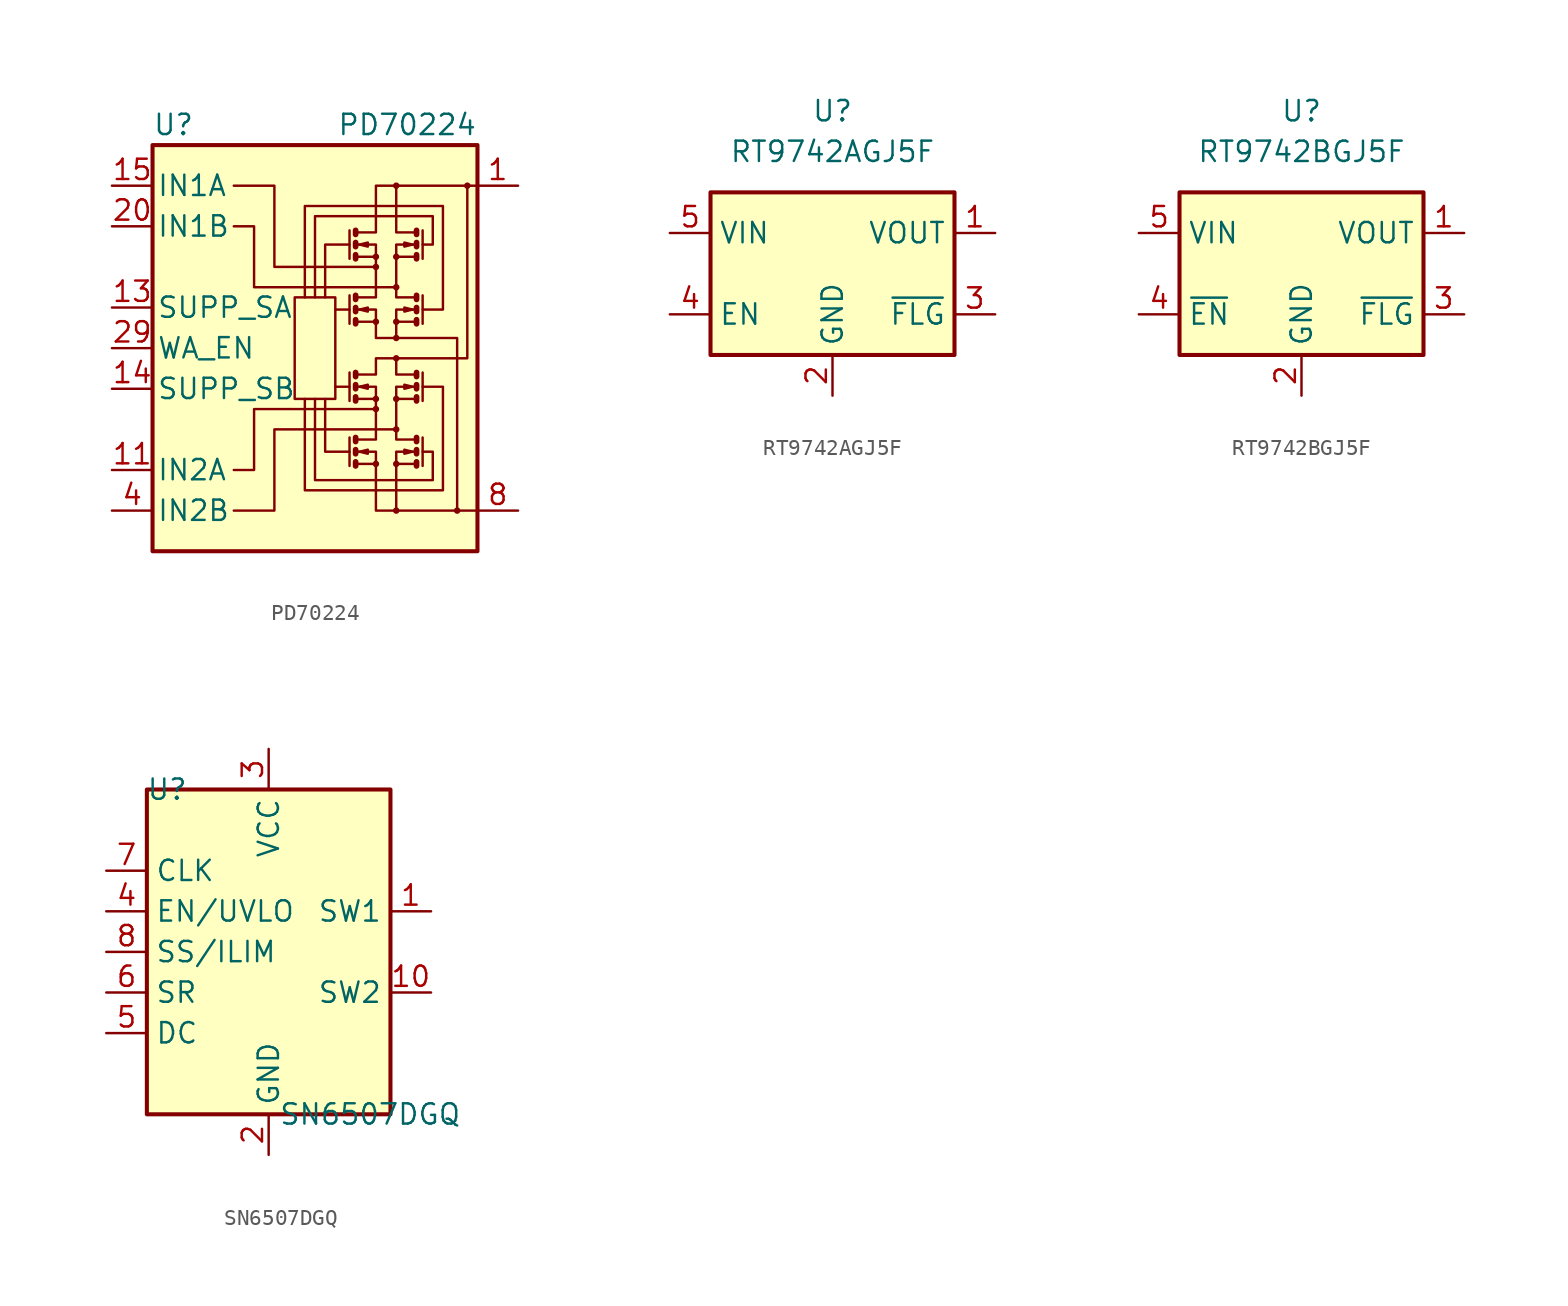
<source format=kicad_sym>
(kicad_symbol_lib
  (version 20231120)
  (generator "kicad_symbol_editor")
  (generator_version "8.0")
  (symbol "PD70224"
    (pin_names
      (offset 0.254))
    (property "Reference" "U"
      (at -10.16 13.97 0)
      (effects (font (size 1.27 1.27)) (justify left)))
    (property "Value" "PD70224"
      (at 10.16 13.97 0)
      (effects (font (size 1.27 1.27)) (justify right)))
    (symbol "PD70224_0_1"
      (rectangle (start -10.16 12.7) (end 10.16 -12.7) (stroke (width 0.254) (type default)) (fill (type background)))
      (rectangle (start -1.27 3.175) (end 1.27 -3.175) (stroke (width 0) (type default)) (fill (type none)))
      (polyline (pts (xy 2.159 -5.588) (xy 2.159 -7.366)) (stroke (width 0) (type default)) (fill (type none)))
      (polyline (pts (xy 2.159 -2.413) (xy 1.27 -2.413)) (stroke (width 0) (type default)) (fill (type none)))
      (polyline (pts (xy 2.159 -1.524) (xy 2.159 -3.302)) (stroke (width 0) (type default)) (fill (type none)))
      (polyline (pts (xy 2.159 2.413) (xy 1.27 2.413)) (stroke (width 0) (type default)) (fill (type none)))
      (polyline (pts (xy 2.159 3.302) (xy 2.159 1.524)) (stroke (width 0) (type default)) (fill (type none)))
      (polyline (pts (xy 2.159 7.366) (xy 2.159 5.588)) (stroke (width 0) (type default)) (fill (type none)))
      (polyline (pts (xy 2.54 -7.239) (xy 3.81 -7.239)) (stroke (width 0) (type default)) (fill (type none)))
      (polyline (pts (xy 2.54 -3.175) (xy 3.81 -3.175)) (stroke (width 0) (type default)) (fill (type none)))
      (polyline (pts (xy 2.54 1.651) (xy 3.81 1.651)) (stroke (width 0) (type default)) (fill (type none)))
      (polyline (pts (xy 2.54 5.715) (xy 3.81 5.715)) (stroke (width 0) (type default)) (fill (type none)))
      (polyline (pts (xy 6.35 -7.239) (xy 5.08 -7.239)) (stroke (width 0) (type default)) (fill (type none)))
      (polyline (pts (xy 6.35 -3.175) (xy 5.08 -3.175)) (stroke (width 0) (type default)) (fill (type none)))
      (polyline (pts (xy 6.35 1.651) (xy 5.08 1.651)) (stroke (width 0) (type default)) (fill (type none)))
      (polyline (pts (xy 6.35 5.715) (xy 5.08 5.715)) (stroke (width 0) (type default)) (fill (type none)))
      (polyline (pts (xy 6.731 -5.588) (xy 6.731 -7.366)) (stroke (width 0) (type default)) (fill (type none)))
      (polyline (pts (xy 6.731 -1.524) (xy 6.731 -3.302)) (stroke (width 0) (type default)) (fill (type none)))
      (polyline (pts (xy 6.731 3.302) (xy 6.731 1.524)) (stroke (width 0) (type default)) (fill (type none)))
      (polyline (pts (xy 6.731 7.366) (xy 6.731 5.588)) (stroke (width 0) (type default)) (fill (type none)))
      (polyline (pts (xy 2.159 -6.477) (xy 0.635 -6.477) (xy 0.635 -3.175)) (stroke (width 0) (type default)) (fill (type none)))
      (polyline (pts (xy 2.159 6.477) (xy 0.635 6.477) (xy 0.635 3.175)) (stroke (width 0) (type default)) (fill (type none)))
      (polyline (pts (xy 2.54 -7.112) (xy 2.54 -7.366) (xy 2.54 -7.366)) (stroke (width 0.356) (type default)) (fill (type none)))
      (polyline (pts (xy 2.54 -6.35) (xy 2.54 -6.604) (xy 2.54 -6.604)) (stroke (width 0.356) (type default)) (fill (type none)))
      (polyline (pts (xy 2.54 -3.048) (xy 2.54 -3.302) (xy 2.54 -3.302)) (stroke (width 0.356) (type default)) (fill (type none)))
      (polyline (pts (xy 2.54 -2.286) (xy 2.54 -2.54) (xy 2.54 -2.54)) (stroke (width 0.356) (type default)) (fill (type none)))
      (polyline (pts (xy 2.54 -1.524) (xy 2.54 -1.778) (xy 2.54 -1.778)) (stroke (width 0.356) (type default)) (fill (type none)))
      (polyline (pts (xy 2.54 1.778) (xy 2.54 1.524) (xy 2.54 1.524)) (stroke (width 0.356) (type default)) (fill (type none)))
      (polyline (pts (xy 2.54 2.54) (xy 2.54 2.286) (xy 2.54 2.286)) (stroke (width 0.356) (type default)) (fill (type none)))
      (polyline (pts (xy 2.54 5.842) (xy 2.54 5.588) (xy 2.54 5.588)) (stroke (width 0.356) (type default)) (fill (type none)))
      (polyline (pts (xy 2.54 6.604) (xy 2.54 6.35) (xy 2.54 6.35)) (stroke (width 0.356) (type default)) (fill (type none)))
      (polyline (pts (xy 2.54 7.366) (xy 2.54 7.112) (xy 2.54 7.112)) (stroke (width 0.356) (type default)) (fill (type none)))
      (polyline (pts (xy 5.08 -10.16) (xy 5.08 -6.477) (xy 6.35 -6.477)) (stroke (width 0) (type default)) (fill (type none)))
      (polyline (pts (xy 6.35 -7.112) (xy 6.35 -7.366) (xy 6.35 -7.366)) (stroke (width 0.356) (type default)) (fill (type none)))
      (polyline (pts (xy 6.35 -6.35) (xy 6.35 -6.604) (xy 6.35 -6.604)) (stroke (width 0.356) (type default)) (fill (type none)))
      (polyline (pts (xy 6.35 -3.048) (xy 6.35 -3.302) (xy 6.35 -3.302)) (stroke (width 0.356) (type default)) (fill (type none)))
      (polyline (pts (xy 6.35 -2.286) (xy 6.35 -2.54) (xy 6.35 -2.54)) (stroke (width 0.356) (type default)) (fill (type none)))
      (polyline (pts (xy 6.35 -1.651) (xy 5.08 -1.651) (xy 5.08 -0.635)) (stroke (width 0) (type default)) (fill (type none)))
      (polyline (pts (xy 6.35 -1.524) (xy 6.35 -1.778) (xy 6.35 -1.778)) (stroke (width 0.356) (type default)) (fill (type none)))
      (polyline (pts (xy 6.35 1.778) (xy 6.35 1.524) (xy 6.35 1.524)) (stroke (width 0.356) (type default)) (fill (type none)))
      (polyline (pts (xy 6.35 2.413) (xy 5.08 2.413) (xy 5.08 0.635)) (stroke (width 0) (type default)) (fill (type none)))
      (polyline (pts (xy 6.35 2.54) (xy 6.35 2.286) (xy 6.35 2.286)) (stroke (width 0.356) (type default)) (fill (type none)))
      (polyline (pts (xy 6.35 5.842) (xy 6.35 5.588) (xy 6.35 5.588)) (stroke (width 0.356) (type default)) (fill (type none)))
      (polyline (pts (xy 6.35 6.604) (xy 6.35 6.35) (xy 6.35 6.35)) (stroke (width 0.356) (type default)) (fill (type none)))
      (polyline (pts (xy 6.35 7.239) (xy 5.08 7.239) (xy 5.08 10.16)) (stroke (width 0) (type default)) (fill (type none)))
      (polyline (pts (xy 6.35 7.366) (xy 6.35 7.112) (xy 6.35 7.112)) (stroke (width 0.356) (type default)) (fill (type none)))
      (polyline (pts (xy -5.08 -10.16) (xy -2.54 -10.16) (xy -2.54 -5.08) (xy 5.08 -5.08)) (stroke (width 0) (type default)) (fill (type none)))
      (polyline (pts (xy 2.54 -6.477) (xy 3.81 -6.477) (xy 3.81 -10.16) (xy 10.16 -10.16)) (stroke (width 0) (type default)) (fill (type none)))
      (polyline (pts (xy 2.54 -2.413) (xy 3.81 -2.413) (xy 3.81 -5.715) (xy 2.54 -5.715)) (stroke (width 0) (type default)) (fill (type none)))
      (polyline (pts (xy 2.54 6.477) (xy 3.81 6.477) (xy 3.81 3.175) (xy 2.54 3.175)) (stroke (width 0) (type default)) (fill (type none)))
      (polyline (pts (xy 2.54 7.239) (xy 3.81 7.239) (xy 3.81 10.16) (xy 10.16 10.16)) (stroke (width 0) (type default)) (fill (type none)))
      (polyline (pts (xy 2.794 -6.477) (xy 3.302 -6.35) (xy 3.302 -6.604) (xy 2.794 -6.477)) (stroke (width 0) (type default)) (fill (type none)))
      (polyline (pts (xy 2.794 -2.413) (xy 3.302 -2.286) (xy 3.302 -2.54) (xy 2.794 -2.413)) (stroke (width 0) (type default)) (fill (type none)))
      (polyline (pts (xy 2.794 2.413) (xy 3.302 2.54) (xy 3.302 2.286) (xy 2.794 2.413)) (stroke (width 0) (type default)) (fill (type none)))
      (polyline (pts (xy 2.794 6.477) (xy 3.302 6.604) (xy 3.302 6.35) (xy 2.794 6.477)) (stroke (width 0) (type default)) (fill (type none)))
      (polyline (pts (xy 3.81 -3.81) (xy -3.81 -3.81) (xy -3.81 -7.62) (xy -5.08 -7.62)) (stroke (width 0) (type default)) (fill (type none)))
      (polyline (pts (xy 3.81 5.08) (xy -2.54 5.08) (xy -2.54 10.16) (xy -5.08 10.16)) (stroke (width 0) (type default)) (fill (type none)))
      (polyline (pts (xy 5.08 3.81) (xy -3.81 3.81) (xy -3.81 7.62) (xy -5.08 7.62)) (stroke (width 0) (type default)) (fill (type none)))
      (polyline (pts (xy 6.096 -6.477) (xy 5.588 -6.35) (xy 5.588 -6.604) (xy 6.096 -6.477)) (stroke (width 0) (type default)) (fill (type none)))
      (polyline (pts (xy 6.096 -2.413) (xy 5.588 -2.286) (xy 5.588 -2.54) (xy 6.096 -2.413)) (stroke (width 0) (type default)) (fill (type none)))
      (polyline (pts (xy 6.096 2.413) (xy 5.588 2.54) (xy 5.588 2.286) (xy 6.096 2.413)) (stroke (width 0) (type default)) (fill (type none)))
      (polyline (pts (xy 6.096 6.477) (xy 5.588 6.604) (xy 5.588 6.35) (xy 6.096 6.477)) (stroke (width 0) (type default)) (fill (type none)))
      (polyline (pts (xy 6.35 -2.413) (xy 5.08 -2.413) (xy 5.08 -5.715) (xy 6.35 -5.715)) (stroke (width 0) (type default)) (fill (type none)))
      (polyline (pts (xy 6.35 6.477) (xy 5.08 6.477) (xy 5.08 3.175) (xy 6.35 3.175)) (stroke (width 0) (type default)) (fill (type none)))
      (polyline (pts (xy -0.635 3.175) (xy -0.635 8.89) (xy 8.001 8.89) (xy 8.001 2.413) (xy 6.731 2.413)) (stroke (width 0) (type default)) (fill (type none)))
      (polyline (pts (xy 0 -3.175) (xy 0 -8.255) (xy 7.366 -8.255) (xy 7.366 -6.477) (xy 6.731 -6.477)) (stroke (width 0) (type default)) (fill (type none)))
      (polyline (pts (xy 2.54 -1.651) (xy 3.81 -1.651) (xy 3.81 -0.635) (xy 9.525 -0.635) (xy 9.525 10.16)) (stroke (width 0) (type default)) (fill (type none)))
      (polyline (pts (xy 2.54 2.413) (xy 3.81 2.413) (xy 3.81 0.635) (xy 8.89 0.635) (xy 8.89 -10.16)) (stroke (width 0) (type default)) (fill (type none)))
      (polyline (pts (xy 6.731 -2.413) (xy 8.001 -2.413) (xy 8.001 -8.89) (xy -0.635 -8.89) (xy -0.635 -3.175)) (stroke (width 0) (type default)) (fill (type none)))
      (polyline (pts (xy 6.731 6.477) (xy 7.366 6.477) (xy 7.366 8.255) (xy 0 8.255) (xy 0 3.175)) (stroke (width 0) (type default)) (fill (type none)))
      (circle (center 3.81 -7.239) (radius 0.127) (stroke (width 0) (type default)) (fill (type none)))
      (circle (center 3.81 -3.81) (radius 0.127) (stroke (width 0) (type default)) (fill (type none)))
      (circle (center 3.81 -3.175) (radius 0.127) (stroke (width 0) (type default)) (fill (type none)))
      (circle (center 3.81 1.651) (radius 0.127) (stroke (width 0) (type default)) (fill (type none)))
      (circle (center 3.81 5.08) (radius 0.127) (stroke (width 0) (type default)) (fill (type none)))
      (circle (center 3.81 5.715) (radius 0.127) (stroke (width 0) (type default)) (fill (type none)))
      (circle (center 5.08 -10.16) (radius 0.127) (stroke (width 0) (type default)) (fill (type none)))
      (circle (center 5.08 -7.239) (radius 0.127) (stroke (width 0) (type default)) (fill (type none)))
      (circle (center 5.08 -5.08) (radius 0.127) (stroke (width 0) (type default)) (fill (type none)))
      (circle (center 5.08 -3.175) (radius 0.127) (stroke (width 0) (type default)) (fill (type none)))
      (circle (center 5.08 -0.635) (radius 0.127) (stroke (width 0) (type default)) (fill (type none)))
      (circle (center 5.08 0.635) (radius 0.127) (stroke (width 0) (type default)) (fill (type none)))
      (circle (center 5.08 1.651) (radius 0.127) (stroke (width 0) (type default)) (fill (type none)))
      (circle (center 5.08 3.81) (radius 0.127) (stroke (width 0) (type default)) (fill (type none)))
      (circle (center 5.08 5.715) (radius 0.127) (stroke (width 0) (type default)) (fill (type none)))
      (circle (center 5.08 10.16) (radius 0.127) (stroke (width 0) (type default)) (fill (type none)))
      (circle (center 8.89 -10.16) (radius 0.127) (stroke (width 0) (type default)) (fill (type none)))
      (circle (center 9.525 10.16) (radius 0.127) (stroke (width 0) (type default)) (fill (type none))))
    (symbol "PD70224_1_1"
      (polyline (pts (xy 2.54 -5.588) (xy 2.54 -5.842)) (stroke (width 0.356) (type default)) (fill (type none)))
      (polyline (pts (xy 2.54 3.302) (xy 2.54 3.048)) (stroke (width 0.356) (type default)) (fill (type none)))
      (polyline (pts (xy 6.35 -5.588) (xy 6.35 -5.842)) (stroke (width 0.356) (type default)) (fill (type none)))
      (polyline (pts (xy 6.35 3.302) (xy 6.35 3.048)) (stroke (width 0.356) (type default)) (fill (type none)))
      (pin power_in line (at 12.7 10.16 180) (length 2.54) (name "~" (effects (font (size 1.27 1.27)))) (number "1" (effects (font (size 1.27 1.27)))))
      (pin passive line (at 12.7 -10.16 180) (length 2.54) hide (name "~" (effects (font (size 1.27 1.27)))) (number "10" (effects (font (size 1.27 1.27)))))
      (pin passive line (at -12.7 -7.62 0) (length 2.54) (name "IN2A" (effects (font (size 1.27 1.27)))) (number "11" (effects (font (size 1.27 1.27)))))
      (pin passive line (at -12.7 -7.62 0) (length 2.54) hide (name "IN2A" (effects (font (size 1.27 1.27)))) (number "12" (effects (font (size 1.27 1.27)))))
      (pin input line (at -12.7 2.54 0) (length 2.54) (name "SUPP_SA" (effects (font (size 1.27 1.27)))) (number "13" (effects (font (size 1.27 1.27)))))
      (pin input line (at -12.7 -2.54 0) (length 2.54) (name "SUPP_SB" (effects (font (size 1.27 1.27)))) (number "14" (effects (font (size 1.27 1.27)))))
      (pin passive line (at -12.7 10.16 0) (length 2.54) (name "IN1A" (effects (font (size 1.27 1.27)))) (number "15" (effects (font (size 1.27 1.27)))))
      (pin passive line (at -12.7 10.16 0) (length 2.54) hide (name "IN1A" (effects (font (size 1.27 1.27)))) (number "16" (effects (font (size 1.27 1.27)))))
      (pin passive line (at 12.7 -10.16 180) (length 2.54) hide (name "~" (effects (font (size 1.27 1.27)))) (number "17" (effects (font (size 1.27 1.27)))))
      (pin passive line (at 12.7 -10.16 180) (length 2.54) hide (name "~" (effects (font (size 1.27 1.27)))) (number "18" (effects (font (size 1.27 1.27)))))
      (pin passive line (at 12.7 -10.16 180) (length 2.54) hide (name "~" (effects (font (size 1.27 1.27)))) (number "19" (effects (font (size 1.27 1.27)))))
      (pin passive line (at 12.7 10.16 180) (length 2.54) hide (name "~" (effects (font (size 1.27 1.27)))) (number "2" (effects (font (size 1.27 1.27)))))
      (pin passive line (at -12.7 7.62 0) (length 2.54) (name "IN1B" (effects (font (size 1.27 1.27)))) (number "20" (effects (font (size 1.27 1.27)))))
      (pin passive line (at -12.7 7.62 0) (length 2.54) hide (name "IN1B" (effects (font (size 1.27 1.27)))) (number "21" (effects (font (size 1.27 1.27)))))
      (pin passive line (at -12.7 7.62 0) (length 2.54) hide (name "IN1B" (effects (font (size 1.27 1.27)))) (number "22" (effects (font (size 1.27 1.27)))))
      (pin passive line (at -12.7 7.62 0) (length 2.54) hide (name "IN1B" (effects (font (size 1.27 1.27)))) (number "23" (effects (font (size 1.27 1.27)))))
      (pin passive line (at 12.7 10.16 180) (length 2.54) hide (name "~" (effects (font (size 1.27 1.27)))) (number "24" (effects (font (size 1.27 1.27)))))
      (pin passive line (at 12.7 10.16 180) (length 2.54) hide (name "~" (effects (font (size 1.27 1.27)))) (number "25" (effects (font (size 1.27 1.27)))))
      (pin passive line (at 12.7 10.16 180) (length 2.54) hide (name "~" (effects (font (size 1.27 1.27)))) (number "26" (effects (font (size 1.27 1.27)))))
      (pin passive line (at -12.7 10.16 0) (length 2.54) hide (name "IN1A" (effects (font (size 1.27 1.27)))) (number "27" (effects (font (size 1.27 1.27)))))
      (pin passive line (at -12.7 10.16 0) (length 2.54) hide (name "IN1A" (effects (font (size 1.27 1.27)))) (number "28" (effects (font (size 1.27 1.27)))))
      (pin input line (at -12.7 0 0) (length 2.54) (name "WA_EN" (effects (font (size 1.27 1.27)))) (number "29" (effects (font (size 1.27 1.27)))))
      (pin passive line (at 12.7 10.16 180) (length 2.54) hide (name "~" (effects (font (size 1.27 1.27)))) (number "3" (effects (font (size 1.27 1.27)))))
      (pin no_connect line (at -10.16 5.08 0) (length 2.54) hide (name "NC" (effects (font (size 1.27 1.27)))) (number "30" (effects (font (size 1.27 1.27)))))
      (pin passive line (at -12.7 -7.62 0) (length 2.54) hide (name "IN2A" (effects (font (size 1.27 1.27)))) (number "31" (effects (font (size 1.27 1.27)))))
      (pin passive line (at -12.7 -7.62 0) (length 2.54) hide (name "IN2A" (effects (font (size 1.27 1.27)))) (number "32" (effects (font (size 1.27 1.27)))))
      (pin passive line (at 12.7 10.16 180) (length 2.54) hide (name "~" (effects (font (size 1.27 1.27)))) (number "33" (effects (font (size 1.27 1.27)))))
      (pin passive line (at 12.7 -10.16 180) (length 2.54) hide (name "~" (effects (font (size 1.27 1.27)))) (number "34" (effects (font (size 1.27 1.27)))))
      (pin passive line (at -12.7 -10.16 0) (length 2.54) (name "IN2B" (effects (font (size 1.27 1.27)))) (number "4" (effects (font (size 1.27 1.27)))))
      (pin passive line (at -12.7 -10.16 0) (length 2.54) hide (name "IN2B" (effects (font (size 1.27 1.27)))) (number "5" (effects (font (size 1.27 1.27)))))
      (pin passive line (at -12.7 -10.16 0) (length 2.54) hide (name "IN2B" (effects (font (size 1.27 1.27)))) (number "6" (effects (font (size 1.27 1.27)))))
      (pin passive line (at -12.7 -10.16 0) (length 2.54) hide (name "IN2B" (effects (font (size 1.27 1.27)))) (number "7" (effects (font (size 1.27 1.27)))))
      (pin power_in line (at 12.7 -10.16 180) (length 2.54) (name "~" (effects (font (size 1.27 1.27)))) (number "8" (effects (font (size 1.27 1.27)))))
      (pin passive line (at 12.7 -10.16 180) (length 2.54) hide (name "~" (effects (font (size 1.27 1.27)))) (number "9" (effects (font (size 1.27 1.27)))))))
  (symbol "RT9742AGJ5F"
    (property "Reference" "U"
      (at 0 10.16 0)
      (effects (font (size 1.27 1.27))))
    (property "Value" "RT9742AGJ5F"
      (at 0 7.62 0)
      (effects (font (size 1.27 1.27))))
    (symbol "RT9742AGJ5F_0_1"
      (rectangle (start -7.62 5.08) (end 7.62 -5.08) (stroke (width 0.254) (type default)) (fill (type background))))
    (symbol "RT9742AGJ5F_1_1"
      (pin power_out line (at 10.16 2.54 180) (length 2.54) (name "VOUT" (effects (font (size 1.27 1.27)))) (number "1" (effects (font (size 1.27 1.27)))))
      (pin power_in line (at 0 -7.62 90) (length 2.54) (name "GND" (effects (font (size 1.27 1.27)))) (number "2" (effects (font (size 1.27 1.27)))))
      (pin open_collector line (at 10.16 -2.54 180) (length 2.54) (name "~{FLG}" (effects (font (size 1.27 1.27)))) (number "3" (effects (font (size 1.27 1.27)))))
      (pin input line (at -10.16 -2.54 0) (length 2.54) (name "EN" (effects (font (size 1.27 1.27)))) (number "4" (effects (font (size 1.27 1.27)))))
      (pin power_in line (at -10.16 2.54 0) (length 2.54) (name "VIN" (effects (font (size 1.27 1.27)))) (number "5" (effects (font (size 1.27 1.27)))))))
  (symbol "RT9742BGJ5F"
    (property "Reference" "U"
      (at 0 10.16 0)
      (effects (font (size 1.27 1.27))))
    (property "Value" "RT9742BGJ5F"
      (at 0 7.62 0)
      (effects (font (size 1.27 1.27))))
    (symbol "RT9742BGJ5F_0_1"
      (rectangle (start -7.62 5.08) (end 7.62 -5.08) (stroke (width 0.254) (type default)) (fill (type background))))
    (symbol "RT9742BGJ5F_1_1"
      (pin power_out line (at 10.16 2.54 180) (length 2.54) (name "VOUT" (effects (font (size 1.27 1.27)))) (number "1" (effects (font (size 1.27 1.27)))))
      (pin power_in line (at 0 -7.62 90) (length 2.54) (name "GND" (effects (font (size 1.27 1.27)))) (number "2" (effects (font (size 1.27 1.27)))))
      (pin open_collector line (at 10.16 -2.54 180) (length 2.54) (name "~{FLG}" (effects (font (size 1.27 1.27)))) (number "3" (effects (font (size 1.27 1.27)))))
      (pin input line (at -10.16 -2.54 0) (length 2.54) (name "~{EN}" (effects (font (size 1.27 1.27)))) (number "4" (effects (font (size 1.27 1.27)))))
      (pin power_in line (at -10.16 2.54 0) (length 2.54) (name "VIN" (effects (font (size 1.27 1.27)))) (number "5" (effects (font (size 1.27 1.27)))))))
  (symbol "SN6507DGQ"
    (property "Reference" "U"
      (at -6.35 10.16 0)
      (effects (font (size 1.27 1.27))))
    (property "Value" "SN6507DGQ"
      (at 6.35 -10.16 0)
      (effects (font (size 1.27 1.27))))
    (symbol "SN6507DGQ_0_1"
      (rectangle (start -7.62 10.16) (end 7.62 -10.16) (stroke (width 0.254) (type default)) (fill (type background))))
    (symbol "SN6507DGQ_1_0"
      (pin input line (at -10.16 2.54 0) (length 2.54) (name "EN/UVLO" (effects (font (size 1.27 1.27)))) (number "4" (effects (font (size 1.27 1.27)))))
      (pin passive line (at -10.16 -5.08 0) (length 2.54) (name "DC" (effects (font (size 1.27 1.27)))) (number "5" (effects (font (size 1.27 1.27)))))
      (pin passive line (at -10.16 -2.54 0) (length 2.54) (name "SR" (effects (font (size 1.27 1.27)))) (number "6" (effects (font (size 1.27 1.27)))))
      (pin passive line (at -10.16 0 0) (length 2.54) (name "SS/ILIM" (effects (font (size 1.27 1.27)))) (number "8" (effects (font (size 1.27 1.27)))))
      (pin passive line (at 0 -12.7 90) (length 2.54) hide (name "GND" (effects (font (size 1.27 1.27)))) (number "9" (effects (font (size 1.27 1.27))))))
    (symbol "SN6507DGQ_1_1"
      (pin open_collector line (at 10.16 2.54 180) (length 2.54) (name "SW1" (effects (font (size 1.27 1.27)))) (number "1" (effects (font (size 1.27 1.27)))))
      (pin open_collector line (at 10.16 -2.54 180) (length 2.54) (name "SW2" (effects (font (size 1.27 1.27)))) (number "10" (effects (font (size 1.27 1.27)))))
      (pin power_in line (at 0 -12.7 90) (length 2.54) (name "GND" (effects (font (size 1.27 1.27)))) (number "2" (effects (font (size 1.27 1.27)))))
      (pin power_in line (at 0 12.7 270) (length 2.54) (name "VCC" (effects (font (size 1.27 1.27)))) (number "3" (effects (font (size 1.27 1.27)))))
      (pin input line (at -10.16 5.08 0) (length 2.54) (name "CLK" (effects (font (size 1.27 1.27)))) (number "7" (effects (font (size 1.27 1.27))))))))
</source>
